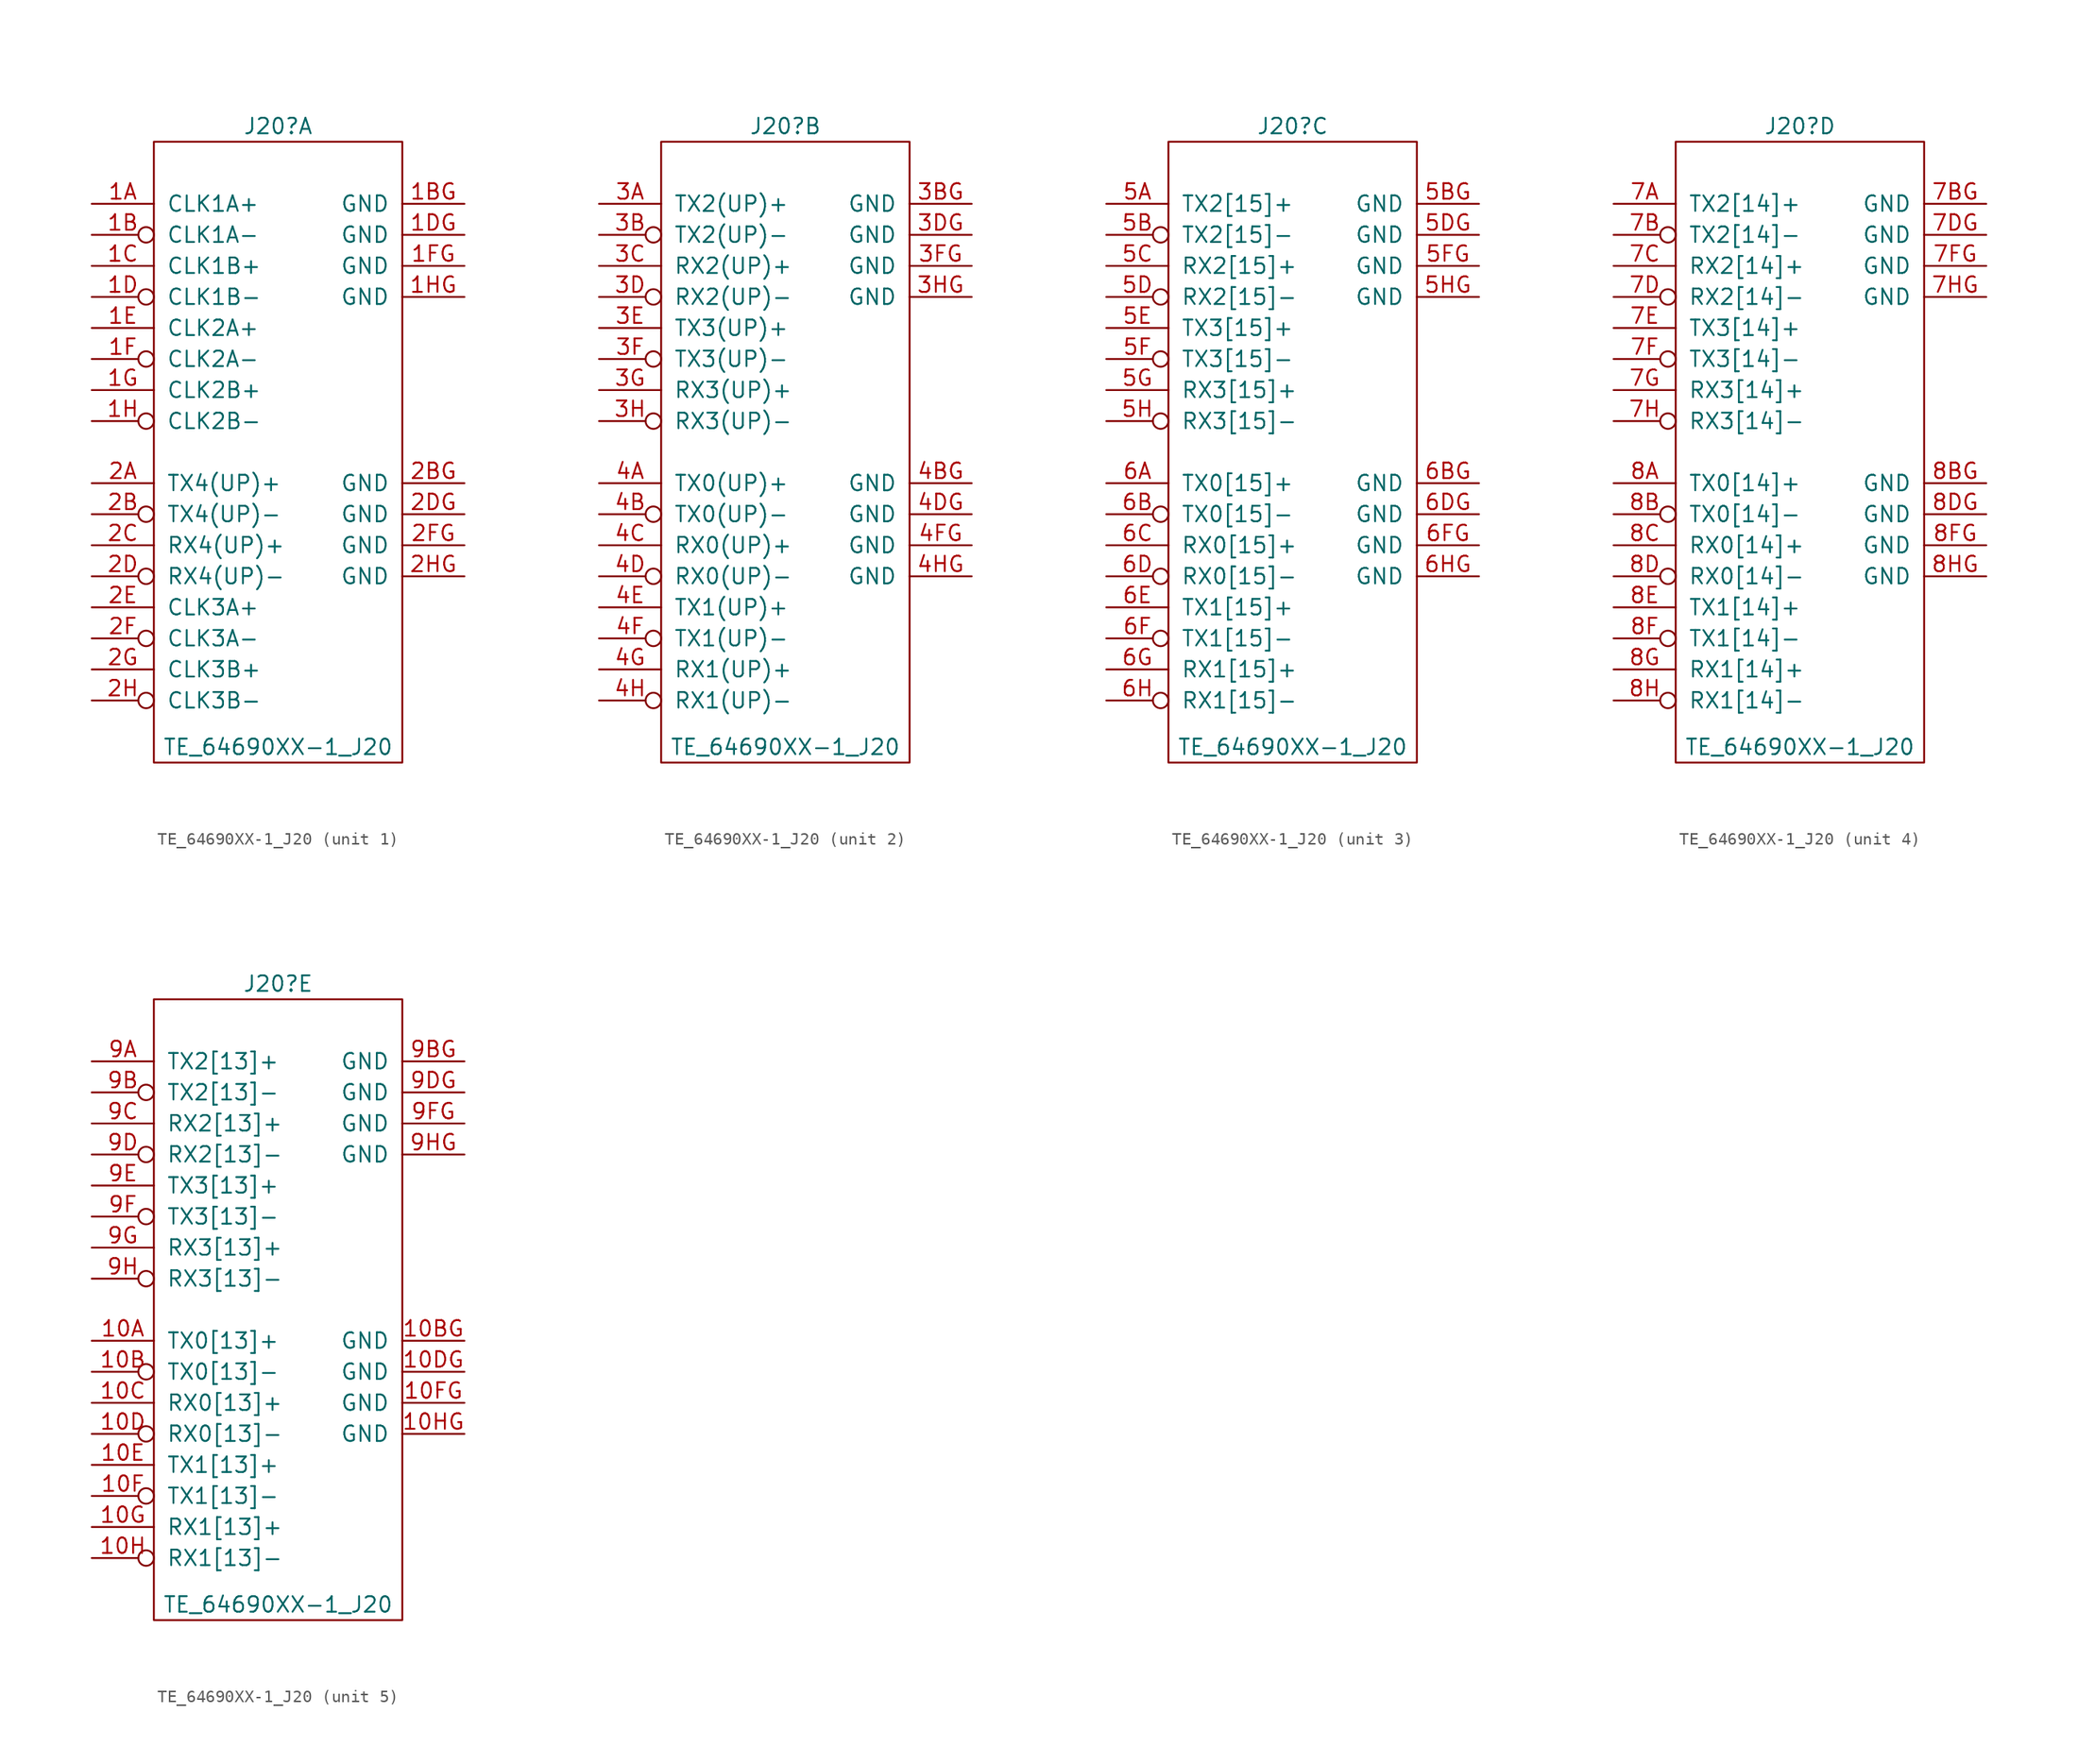
<source format=kicad_sym>
(kicad_symbol_lib
  (version 20220914)
  (generator kicad_symbol_editor)
  (symbol "TE_64690XX-1_J20"
    (pin_names
      (offset 1.016))
    (property "Reference" "J20"
      (at 0 26.67 0)
      (effects (font (size 1.27 1.27))))
    (property "Value" "TE_64690XX-1_J20"
      (at 0 -24.13 0)
      (effects (font (size 1.27 1.27))))
    (property "ki_locked" ""
      (at 0 0 0)
      (effects (font (size 1.27 1.27))))
    (symbol "TE_64690XX-1_J20_1_1"
      (rectangle (start -10.16 25.4) (end 10.16 -25.4) (stroke (width 0) (type default)) (fill (type none)))
      (pin bidirectional line (at -15.24 20.32 0) (length 5.08) (name "CLK1A+" (effects (font (size 1.27 1.27)))) (number "1A" (effects (font (size 1.27 1.27)))))
      (pin bidirectional inverted (at -15.24 17.78 0) (length 5.08) (name "CLK1A-" (effects (font (size 1.27 1.27)))) (number "1B" (effects (font (size 1.27 1.27)))))
      (pin passive line (at 15.24 20.32 180) (length 5.08) (name "GND" (effects (font (size 1.27 1.27)))) (number "1BG" (effects (font (size 1.27 1.27)))))
      (pin bidirectional line (at -15.24 15.24 0) (length 5.08) (name "CLK1B+" (effects (font (size 1.27 1.27)))) (number "1C" (effects (font (size 1.27 1.27)))))
      (pin bidirectional inverted (at -15.24 12.7 0) (length 5.08) (name "CLK1B-" (effects (font (size 1.27 1.27)))) (number "1D" (effects (font (size 1.27 1.27)))))
      (pin passive line (at 15.24 17.78 180) (length 5.08) (name "GND" (effects (font (size 1.27 1.27)))) (number "1DG" (effects (font (size 1.27 1.27)))))
      (pin bidirectional line (at -15.24 10.16 0) (length 5.08) (name "CLK2A+" (effects (font (size 1.27 1.27)))) (number "1E" (effects (font (size 1.27 1.27)))))
      (pin bidirectional inverted (at -15.24 7.62 0) (length 5.08) (name "CLK2A-" (effects (font (size 1.27 1.27)))) (number "1F" (effects (font (size 1.27 1.27)))))
      (pin passive line (at 15.24 15.24 180) (length 5.08) (name "GND" (effects (font (size 1.27 1.27)))) (number "1FG" (effects (font (size 1.27 1.27)))))
      (pin bidirectional line (at -15.24 5.08 0) (length 5.08) (name "CLK2B+" (effects (font (size 1.27 1.27)))) (number "1G" (effects (font (size 1.27 1.27)))))
      (pin bidirectional inverted (at -15.24 2.54 0) (length 5.08) (name "CLK2B-" (effects (font (size 1.27 1.27)))) (number "1H" (effects (font (size 1.27 1.27)))))
      (pin passive line (at 15.24 12.7 180) (length 5.08) (name "GND" (effects (font (size 1.27 1.27)))) (number "1HG" (effects (font (size 1.27 1.27)))))
      (pin bidirectional line (at -15.24 -2.54 0) (length 5.08) (name "TX4(UP)+" (effects (font (size 1.27 1.27)))) (number "2A" (effects (font (size 1.27 1.27)))))
      (pin bidirectional inverted (at -15.24 -5.08 0) (length 5.08) (name "TX4(UP)-" (effects (font (size 1.27 1.27)))) (number "2B" (effects (font (size 1.27 1.27)))))
      (pin passive line (at 15.24 -2.54 180) (length 5.08) (name "GND" (effects (font (size 1.27 1.27)))) (number "2BG" (effects (font (size 1.27 1.27)))))
      (pin bidirectional line (at -15.24 -7.62 0) (length 5.08) (name "RX4(UP)+" (effects (font (size 1.27 1.27)))) (number "2C" (effects (font (size 1.27 1.27)))))
      (pin bidirectional inverted (at -15.24 -10.16 0) (length 5.08) (name "RX4(UP)-" (effects (font (size 1.27 1.27)))) (number "2D" (effects (font (size 1.27 1.27)))))
      (pin passive line (at 15.24 -5.08 180) (length 5.08) (name "GND" (effects (font (size 1.27 1.27)))) (number "2DG" (effects (font (size 1.27 1.27)))))
      (pin bidirectional line (at -15.24 -12.7 0) (length 5.08) (name "CLK3A+" (effects (font (size 1.27 1.27)))) (number "2E" (effects (font (size 1.27 1.27)))))
      (pin bidirectional inverted (at -15.24 -15.24 0) (length 5.08) (name "CLK3A-" (effects (font (size 1.27 1.27)))) (number "2F" (effects (font (size 1.27 1.27)))))
      (pin passive line (at 15.24 -7.62 180) (length 5.08) (name "GND" (effects (font (size 1.27 1.27)))) (number "2FG" (effects (font (size 1.27 1.27)))))
      (pin bidirectional line (at -15.24 -17.78 0) (length 5.08) (name "CLK3B+" (effects (font (size 1.27 1.27)))) (number "2G" (effects (font (size 1.27 1.27)))))
      (pin bidirectional inverted (at -15.24 -20.32 0) (length 5.08) (name "CLK3B-" (effects (font (size 1.27 1.27)))) (number "2H" (effects (font (size 1.27 1.27)))))
      (pin passive line (at 15.24 -10.16 180) (length 5.08) (name "GND" (effects (font (size 1.27 1.27)))) (number "2HG" (effects (font (size 1.27 1.27))))))
    (symbol "TE_64690XX-1_J20_2_1"
      (rectangle (start -10.16 25.4) (end 10.16 -25.4) (stroke (width 0) (type default)) (fill (type none)))
      (pin bidirectional line (at -15.24 20.32 0) (length 5.08) (name "TX2(UP)+" (effects (font (size 1.27 1.27)))) (number "3A" (effects (font (size 1.27 1.27)))))
      (pin bidirectional inverted (at -15.24 17.78 0) (length 5.08) (name "TX2(UP)-" (effects (font (size 1.27 1.27)))) (number "3B" (effects (font (size 1.27 1.27)))))
      (pin passive line (at 15.24 20.32 180) (length 5.08) (name "GND" (effects (font (size 1.27 1.27)))) (number "3BG" (effects (font (size 1.27 1.27)))))
      (pin bidirectional line (at -15.24 15.24 0) (length 5.08) (name "RX2(UP)+" (effects (font (size 1.27 1.27)))) (number "3C" (effects (font (size 1.27 1.27)))))
      (pin bidirectional inverted (at -15.24 12.7 0) (length 5.08) (name "RX2(UP)-" (effects (font (size 1.27 1.27)))) (number "3D" (effects (font (size 1.27 1.27)))))
      (pin passive line (at 15.24 17.78 180) (length 5.08) (name "GND" (effects (font (size 1.27 1.27)))) (number "3DG" (effects (font (size 1.27 1.27)))))
      (pin bidirectional line (at -15.24 10.16 0) (length 5.08) (name "TX3(UP)+" (effects (font (size 1.27 1.27)))) (number "3E" (effects (font (size 1.27 1.27)))))
      (pin bidirectional inverted (at -15.24 7.62 0) (length 5.08) (name "TX3(UP)-" (effects (font (size 1.27 1.27)))) (number "3F" (effects (font (size 1.27 1.27)))))
      (pin passive line (at 15.24 15.24 180) (length 5.08) (name "GND" (effects (font (size 1.27 1.27)))) (number "3FG" (effects (font (size 1.27 1.27)))))
      (pin bidirectional line (at -15.24 5.08 0) (length 5.08) (name "RX3(UP)+" (effects (font (size 1.27 1.27)))) (number "3G" (effects (font (size 1.27 1.27)))))
      (pin bidirectional inverted (at -15.24 2.54 0) (length 5.08) (name "RX3(UP)-" (effects (font (size 1.27 1.27)))) (number "3H" (effects (font (size 1.27 1.27)))))
      (pin passive line (at 15.24 12.7 180) (length 5.08) (name "GND" (effects (font (size 1.27 1.27)))) (number "3HG" (effects (font (size 1.27 1.27)))))
      (pin bidirectional line (at -15.24 -2.54 0) (length 5.08) (name "TX0(UP)+" (effects (font (size 1.27 1.27)))) (number "4A" (effects (font (size 1.27 1.27)))))
      (pin bidirectional inverted (at -15.24 -5.08 0) (length 5.08) (name "TX0(UP)-" (effects (font (size 1.27 1.27)))) (number "4B" (effects (font (size 1.27 1.27)))))
      (pin passive line (at 15.24 -2.54 180) (length 5.08) (name "GND" (effects (font (size 1.27 1.27)))) (number "4BG" (effects (font (size 1.27 1.27)))))
      (pin bidirectional line (at -15.24 -7.62 0) (length 5.08) (name "RX0(UP)+" (effects (font (size 1.27 1.27)))) (number "4C" (effects (font (size 1.27 1.27)))))
      (pin bidirectional inverted (at -15.24 -10.16 0) (length 5.08) (name "RX0(UP)-" (effects (font (size 1.27 1.27)))) (number "4D" (effects (font (size 1.27 1.27)))))
      (pin passive line (at 15.24 -5.08 180) (length 5.08) (name "GND" (effects (font (size 1.27 1.27)))) (number "4DG" (effects (font (size 1.27 1.27)))))
      (pin bidirectional line (at -15.24 -12.7 0) (length 5.08) (name "TX1(UP)+" (effects (font (size 1.27 1.27)))) (number "4E" (effects (font (size 1.27 1.27)))))
      (pin bidirectional inverted (at -15.24 -15.24 0) (length 5.08) (name "TX1(UP)-" (effects (font (size 1.27 1.27)))) (number "4F" (effects (font (size 1.27 1.27)))))
      (pin passive line (at 15.24 -7.62 180) (length 5.08) (name "GND" (effects (font (size 1.27 1.27)))) (number "4FG" (effects (font (size 1.27 1.27)))))
      (pin bidirectional line (at -15.24 -17.78 0) (length 5.08) (name "RX1(UP)+" (effects (font (size 1.27 1.27)))) (number "4G" (effects (font (size 1.27 1.27)))))
      (pin bidirectional inverted (at -15.24 -20.32 0) (length 5.08) (name "RX1(UP)-" (effects (font (size 1.27 1.27)))) (number "4H" (effects (font (size 1.27 1.27)))))
      (pin passive line (at 15.24 -10.16 180) (length 5.08) (name "GND" (effects (font (size 1.27 1.27)))) (number "4HG" (effects (font (size 1.27 1.27))))))
    (symbol "TE_64690XX-1_J20_3_1"
      (rectangle (start -10.16 25.4) (end 10.16 -25.4) (stroke (width 0) (type default)) (fill (type none)))
      (pin bidirectional line (at -15.24 20.32 0) (length 5.08) (name "TX2[15]+" (effects (font (size 1.27 1.27)))) (number "5A" (effects (font (size 1.27 1.27)))))
      (pin bidirectional inverted (at -15.24 17.78 0) (length 5.08) (name "TX2[15]-" (effects (font (size 1.27 1.27)))) (number "5B" (effects (font (size 1.27 1.27)))))
      (pin passive line (at 15.24 20.32 180) (length 5.08) (name "GND" (effects (font (size 1.27 1.27)))) (number "5BG" (effects (font (size 1.27 1.27)))))
      (pin bidirectional line (at -15.24 15.24 0) (length 5.08) (name "RX2[15]+" (effects (font (size 1.27 1.27)))) (number "5C" (effects (font (size 1.27 1.27)))))
      (pin bidirectional inverted (at -15.24 12.7 0) (length 5.08) (name "RX2[15]-" (effects (font (size 1.27 1.27)))) (number "5D" (effects (font (size 1.27 1.27)))))
      (pin passive line (at 15.24 17.78 180) (length 5.08) (name "GND" (effects (font (size 1.27 1.27)))) (number "5DG" (effects (font (size 1.27 1.27)))))
      (pin bidirectional line (at -15.24 10.16 0) (length 5.08) (name "TX3[15]+" (effects (font (size 1.27 1.27)))) (number "5E" (effects (font (size 1.27 1.27)))))
      (pin bidirectional inverted (at -15.24 7.62 0) (length 5.08) (name "TX3[15]-" (effects (font (size 1.27 1.27)))) (number "5F" (effects (font (size 1.27 1.27)))))
      (pin passive line (at 15.24 15.24 180) (length 5.08) (name "GND" (effects (font (size 1.27 1.27)))) (number "5FG" (effects (font (size 1.27 1.27)))))
      (pin bidirectional line (at -15.24 5.08 0) (length 5.08) (name "RX3[15]+" (effects (font (size 1.27 1.27)))) (number "5G" (effects (font (size 1.27 1.27)))))
      (pin bidirectional inverted (at -15.24 2.54 0) (length 5.08) (name "RX3[15]-" (effects (font (size 1.27 1.27)))) (number "5H" (effects (font (size 1.27 1.27)))))
      (pin passive line (at 15.24 12.7 180) (length 5.08) (name "GND" (effects (font (size 1.27 1.27)))) (number "5HG" (effects (font (size 1.27 1.27)))))
      (pin bidirectional line (at -15.24 -2.54 0) (length 5.08) (name "TX0[15]+" (effects (font (size 1.27 1.27)))) (number "6A" (effects (font (size 1.27 1.27)))))
      (pin bidirectional inverted (at -15.24 -5.08 0) (length 5.08) (name "TX0[15]-" (effects (font (size 1.27 1.27)))) (number "6B" (effects (font (size 1.27 1.27)))))
      (pin passive line (at 15.24 -2.54 180) (length 5.08) (name "GND" (effects (font (size 1.27 1.27)))) (number "6BG" (effects (font (size 1.27 1.27)))))
      (pin bidirectional line (at -15.24 -7.62 0) (length 5.08) (name "RX0[15]+" (effects (font (size 1.27 1.27)))) (number "6C" (effects (font (size 1.27 1.27)))))
      (pin bidirectional inverted (at -15.24 -10.16 0) (length 5.08) (name "RX0[15]-" (effects (font (size 1.27 1.27)))) (number "6D" (effects (font (size 1.27 1.27)))))
      (pin passive line (at 15.24 -5.08 180) (length 5.08) (name "GND" (effects (font (size 1.27 1.27)))) (number "6DG" (effects (font (size 1.27 1.27)))))
      (pin bidirectional line (at -15.24 -12.7 0) (length 5.08) (name "TX1[15]+" (effects (font (size 1.27 1.27)))) (number "6E" (effects (font (size 1.27 1.27)))))
      (pin bidirectional inverted (at -15.24 -15.24 0) (length 5.08) (name "TX1[15]-" (effects (font (size 1.27 1.27)))) (number "6F" (effects (font (size 1.27 1.27)))))
      (pin passive line (at 15.24 -7.62 180) (length 5.08) (name "GND" (effects (font (size 1.27 1.27)))) (number "6FG" (effects (font (size 1.27 1.27)))))
      (pin bidirectional line (at -15.24 -17.78 0) (length 5.08) (name "RX1[15]+" (effects (font (size 1.27 1.27)))) (number "6G" (effects (font (size 1.27 1.27)))))
      (pin bidirectional inverted (at -15.24 -20.32 0) (length 5.08) (name "RX1[15]-" (effects (font (size 1.27 1.27)))) (number "6H" (effects (font (size 1.27 1.27)))))
      (pin passive line (at 15.24 -10.16 180) (length 5.08) (name "GND" (effects (font (size 1.27 1.27)))) (number "6HG" (effects (font (size 1.27 1.27))))))
    (symbol "TE_64690XX-1_J20_4_1"
      (rectangle (start -10.16 25.4) (end 10.16 -25.4) (stroke (width 0) (type default)) (fill (type none)))
      (pin bidirectional line (at -15.24 20.32 0) (length 5.08) (name "TX2[14]+" (effects (font (size 1.27 1.27)))) (number "7A" (effects (font (size 1.27 1.27)))))
      (pin bidirectional inverted (at -15.24 17.78 0) (length 5.08) (name "TX2[14]-" (effects (font (size 1.27 1.27)))) (number "7B" (effects (font (size 1.27 1.27)))))
      (pin passive line (at 15.24 20.32 180) (length 5.08) (name "GND" (effects (font (size 1.27 1.27)))) (number "7BG" (effects (font (size 1.27 1.27)))))
      (pin bidirectional line (at -15.24 15.24 0) (length 5.08) (name "RX2[14]+" (effects (font (size 1.27 1.27)))) (number "7C" (effects (font (size 1.27 1.27)))))
      (pin bidirectional inverted (at -15.24 12.7 0) (length 5.08) (name "RX2[14]-" (effects (font (size 1.27 1.27)))) (number "7D" (effects (font (size 1.27 1.27)))))
      (pin passive line (at 15.24 17.78 180) (length 5.08) (name "GND" (effects (font (size 1.27 1.27)))) (number "7DG" (effects (font (size 1.27 1.27)))))
      (pin bidirectional line (at -15.24 10.16 0) (length 5.08) (name "TX3[14]+" (effects (font (size 1.27 1.27)))) (number "7E" (effects (font (size 1.27 1.27)))))
      (pin bidirectional inverted (at -15.24 7.62 0) (length 5.08) (name "TX3[14]-" (effects (font (size 1.27 1.27)))) (number "7F" (effects (font (size 1.27 1.27)))))
      (pin passive line (at 15.24 15.24 180) (length 5.08) (name "GND" (effects (font (size 1.27 1.27)))) (number "7FG" (effects (font (size 1.27 1.27)))))
      (pin bidirectional line (at -15.24 5.08 0) (length 5.08) (name "RX3[14]+" (effects (font (size 1.27 1.27)))) (number "7G" (effects (font (size 1.27 1.27)))))
      (pin bidirectional inverted (at -15.24 2.54 0) (length 5.08) (name "RX3[14]-" (effects (font (size 1.27 1.27)))) (number "7H" (effects (font (size 1.27 1.27)))))
      (pin passive line (at 15.24 12.7 180) (length 5.08) (name "GND" (effects (font (size 1.27 1.27)))) (number "7HG" (effects (font (size 1.27 1.27)))))
      (pin bidirectional line (at -15.24 -2.54 0) (length 5.08) (name "TX0[14]+" (effects (font (size 1.27 1.27)))) (number "8A" (effects (font (size 1.27 1.27)))))
      (pin bidirectional inverted (at -15.24 -5.08 0) (length 5.08) (name "TX0[14]-" (effects (font (size 1.27 1.27)))) (number "8B" (effects (font (size 1.27 1.27)))))
      (pin passive line (at 15.24 -2.54 180) (length 5.08) (name "GND" (effects (font (size 1.27 1.27)))) (number "8BG" (effects (font (size 1.27 1.27)))))
      (pin bidirectional line (at -15.24 -7.62 0) (length 5.08) (name "RX0[14]+" (effects (font (size 1.27 1.27)))) (number "8C" (effects (font (size 1.27 1.27)))))
      (pin bidirectional inverted (at -15.24 -10.16 0) (length 5.08) (name "RX0[14]-" (effects (font (size 1.27 1.27)))) (number "8D" (effects (font (size 1.27 1.27)))))
      (pin passive line (at 15.24 -5.08 180) (length 5.08) (name "GND" (effects (font (size 1.27 1.27)))) (number "8DG" (effects (font (size 1.27 1.27)))))
      (pin bidirectional line (at -15.24 -12.7 0) (length 5.08) (name "TX1[14]+" (effects (font (size 1.27 1.27)))) (number "8E" (effects (font (size 1.27 1.27)))))
      (pin bidirectional inverted (at -15.24 -15.24 0) (length 5.08) (name "TX1[14]-" (effects (font (size 1.27 1.27)))) (number "8F" (effects (font (size 1.27 1.27)))))
      (pin passive line (at 15.24 -7.62 180) (length 5.08) (name "GND" (effects (font (size 1.27 1.27)))) (number "8FG" (effects (font (size 1.27 1.27)))))
      (pin bidirectional line (at -15.24 -17.78 0) (length 5.08) (name "RX1[14]+" (effects (font (size 1.27 1.27)))) (number "8G" (effects (font (size 1.27 1.27)))))
      (pin bidirectional inverted (at -15.24 -20.32 0) (length 5.08) (name "RX1[14]-" (effects (font (size 1.27 1.27)))) (number "8H" (effects (font (size 1.27 1.27)))))
      (pin passive line (at 15.24 -10.16 180) (length 5.08) (name "GND" (effects (font (size 1.27 1.27)))) (number "8HG" (effects (font (size 1.27 1.27))))))
    (symbol "TE_64690XX-1_J20_5_1"
      (rectangle (start -10.16 25.4) (end 10.16 -25.4) (stroke (width 0) (type default)) (fill (type none)))
      (pin bidirectional line (at -15.24 -2.54 0) (length 5.08) (name "TX0[13]+" (effects (font (size 1.27 1.27)))) (number "10A" (effects (font (size 1.27 1.27)))))
      (pin bidirectional inverted (at -15.24 -5.08 0) (length 5.08) (name "TX0[13]-" (effects (font (size 1.27 1.27)))) (number "10B" (effects (font (size 1.27 1.27)))))
      (pin passive line (at 15.24 -2.54 180) (length 5.08) (name "GND" (effects (font (size 1.27 1.27)))) (number "10BG" (effects (font (size 1.27 1.27)))))
      (pin bidirectional line (at -15.24 -7.62 0) (length 5.08) (name "RX0[13]+" (effects (font (size 1.27 1.27)))) (number "10C" (effects (font (size 1.27 1.27)))))
      (pin bidirectional inverted (at -15.24 -10.16 0) (length 5.08) (name "RX0[13]-" (effects (font (size 1.27 1.27)))) (number "10D" (effects (font (size 1.27 1.27)))))
      (pin passive line (at 15.24 -5.08 180) (length 5.08) (name "GND" (effects (font (size 1.27 1.27)))) (number "10DG" (effects (font (size 1.27 1.27)))))
      (pin bidirectional line (at -15.24 -12.7 0) (length 5.08) (name "TX1[13]+" (effects (font (size 1.27 1.27)))) (number "10E" (effects (font (size 1.27 1.27)))))
      (pin bidirectional inverted (at -15.24 -15.24 0) (length 5.08) (name "TX1[13]-" (effects (font (size 1.27 1.27)))) (number "10F" (effects (font (size 1.27 1.27)))))
      (pin passive line (at 15.24 -7.62 180) (length 5.08) (name "GND" (effects (font (size 1.27 1.27)))) (number "10FG" (effects (font (size 1.27 1.27)))))
      (pin bidirectional line (at -15.24 -17.78 0) (length 5.08) (name "RX1[13]+" (effects (font (size 1.27 1.27)))) (number "10G" (effects (font (size 1.27 1.27)))))
      (pin bidirectional inverted (at -15.24 -20.32 0) (length 5.08) (name "RX1[13]-" (effects (font (size 1.27 1.27)))) (number "10H" (effects (font (size 1.27 1.27)))))
      (pin passive line (at 15.24 -10.16 180) (length 5.08) (name "GND" (effects (font (size 1.27 1.27)))) (number "10HG" (effects (font (size 1.27 1.27)))))
      (pin bidirectional line (at -15.24 20.32 0) (length 5.08) (name "TX2[13]+" (effects (font (size 1.27 1.27)))) (number "9A" (effects (font (size 1.27 1.27)))))
      (pin bidirectional inverted (at -15.24 17.78 0) (length 5.08) (name "TX2[13]-" (effects (font (size 1.27 1.27)))) (number "9B" (effects (font (size 1.27 1.27)))))
      (pin passive line (at 15.24 20.32 180) (length 5.08) (name "GND" (effects (font (size 1.27 1.27)))) (number "9BG" (effects (font (size 1.27 1.27)))))
      (pin bidirectional line (at -15.24 15.24 0) (length 5.08) (name "RX2[13]+" (effects (font (size 1.27 1.27)))) (number "9C" (effects (font (size 1.27 1.27)))))
      (pin bidirectional inverted (at -15.24 12.7 0) (length 5.08) (name "RX2[13]-" (effects (font (size 1.27 1.27)))) (number "9D" (effects (font (size 1.27 1.27)))))
      (pin passive line (at 15.24 17.78 180) (length 5.08) (name "GND" (effects (font (size 1.27 1.27)))) (number "9DG" (effects (font (size 1.27 1.27)))))
      (pin bidirectional line (at -15.24 10.16 0) (length 5.08) (name "TX3[13]+" (effects (font (size 1.27 1.27)))) (number "9E" (effects (font (size 1.27 1.27)))))
      (pin bidirectional inverted (at -15.24 7.62 0) (length 5.08) (name "TX3[13]-" (effects (font (size 1.27 1.27)))) (number "9F" (effects (font (size 1.27 1.27)))))
      (pin passive line (at 15.24 15.24 180) (length 5.08) (name "GND" (effects (font (size 1.27 1.27)))) (number "9FG" (effects (font (size 1.27 1.27)))))
      (pin bidirectional line (at -15.24 5.08 0) (length 5.08) (name "RX3[13]+" (effects (font (size 1.27 1.27)))) (number "9G" (effects (font (size 1.27 1.27)))))
      (pin bidirectional inverted (at -15.24 2.54 0) (length 5.08) (name "RX3[13]-" (effects (font (size 1.27 1.27)))) (number "9H" (effects (font (size 1.27 1.27)))))
      (pin passive line (at 15.24 12.7 180) (length 5.08) (name "GND" (effects (font (size 1.27 1.27)))) (number "9HG" (effects (font (size 1.27 1.27))))))))
</source>
